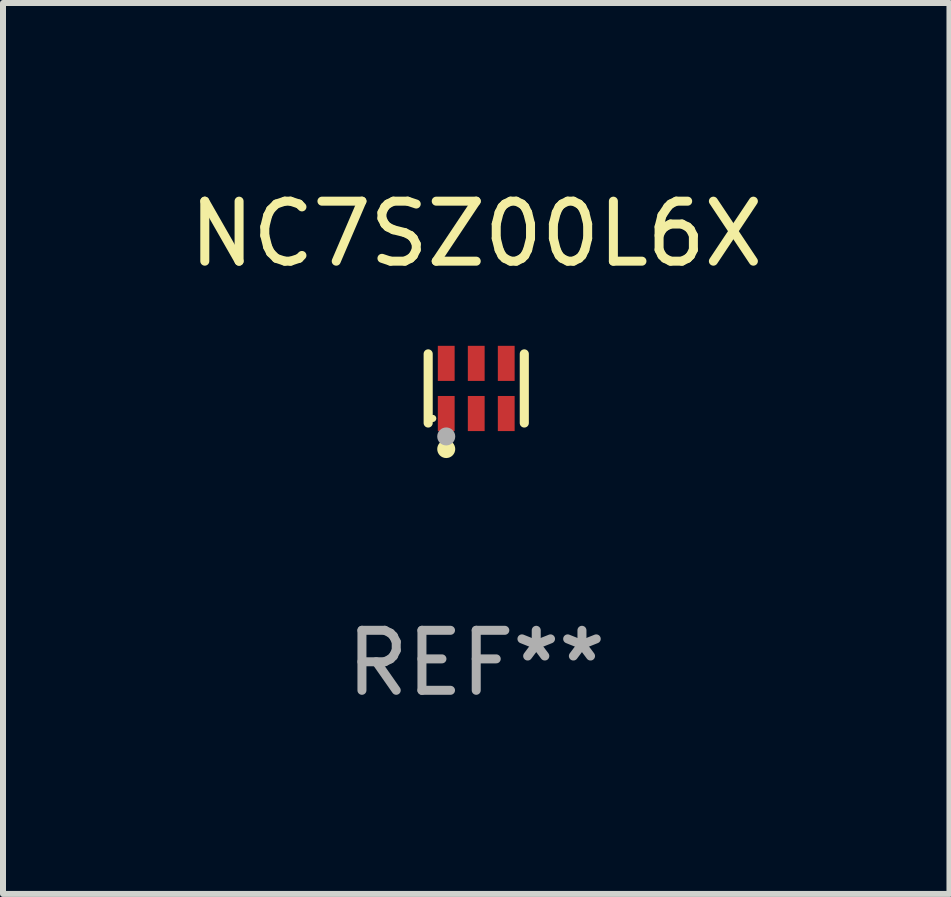
<source format=kicad_pcb>
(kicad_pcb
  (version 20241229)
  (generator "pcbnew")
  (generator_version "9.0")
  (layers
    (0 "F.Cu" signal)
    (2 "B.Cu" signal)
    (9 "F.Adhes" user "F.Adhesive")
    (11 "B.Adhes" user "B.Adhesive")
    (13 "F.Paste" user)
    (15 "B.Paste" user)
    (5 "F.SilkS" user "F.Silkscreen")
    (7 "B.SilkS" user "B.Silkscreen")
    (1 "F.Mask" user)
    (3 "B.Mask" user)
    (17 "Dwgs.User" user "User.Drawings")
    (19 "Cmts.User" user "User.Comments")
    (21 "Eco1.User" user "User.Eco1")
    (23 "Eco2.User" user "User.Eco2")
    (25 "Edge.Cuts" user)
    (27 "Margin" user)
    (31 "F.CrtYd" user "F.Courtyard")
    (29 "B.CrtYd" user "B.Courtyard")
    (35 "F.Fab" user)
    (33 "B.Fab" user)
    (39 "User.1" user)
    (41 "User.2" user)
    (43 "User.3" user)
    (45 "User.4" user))
  (footprint "NC7SZ00L6X"
    (layer "F.Cu")
    (at 4.887 3.424)
    (property "Reference" "NC7SZ00L6X" (at 0 -2.576 0) (layer "F.SilkS") (effects (font (size 1 1) (thickness 0.15))))
    (attr through_hole)
    (fp_line (start -0.801 0.576) (end -0.801 -0.576) (stroke (width 0.152) (type solid)) (layer "F.SilkS"))
    (fp_line (start 0.801 0.576) (end 0.801 -0.576) (stroke (width 0.152) (type solid)) (layer "F.SilkS"))
    (fp_circle (center -0.725 0.5) (end -0.695 0.5) (stroke (width 0.06) (type solid)) (fill no) (layer "F.SilkS"))
    (fp_circle (center -0.5 1.01) (end -0.425 1.01) (stroke (width 0.15) (type solid)) (fill no) (layer "F.SilkS"))
    (fp_circle (center -0.5 0.8) (end -0.425 0.8) (stroke (width 0.15) (type solid)) (fill no) (layer "F.Fab"))
    (fp_text user "REF**" (at 0 4.576 0) (layer "F.Fab") (effects (font (size 1 1) (thickness 0.15))))
    (pad "1" smd rect (at -0.5 0.418) (size 0.28 0.585) (layers "F.Cu" "F.Mask" "F.Paste"))
    (pad "2" smd rect (at 0 0.418) (size 0.28 0.585) (layers "F.Cu" "F.Mask" "F.Paste"))
    (pad "3" smd rect (at 0.5 0.418) (size 0.28 0.585) (layers "F.Cu" "F.Mask" "F.Paste"))
    (pad "4" smd rect (at 0.5 -0.418) (size 0.28 0.585) (layers "F.Cu" "F.Mask" "F.Paste"))
    (pad "5" smd rect (at 0 -0.418) (size 0.28 0.585) (layers "F.Cu" "F.Mask" "F.Paste"))
    (pad "6" smd rect (at -0.5 -0.418) (size 0.28 0.585) (layers "F.Cu" "F.Mask" "F.Paste")))
  (gr_rect
    (start -3 -3)
    (end 12.774 11.849)
    (stroke (width 0.1) (type default))
    (fill no)
    (layer "Edge.Cuts")))
</source>
